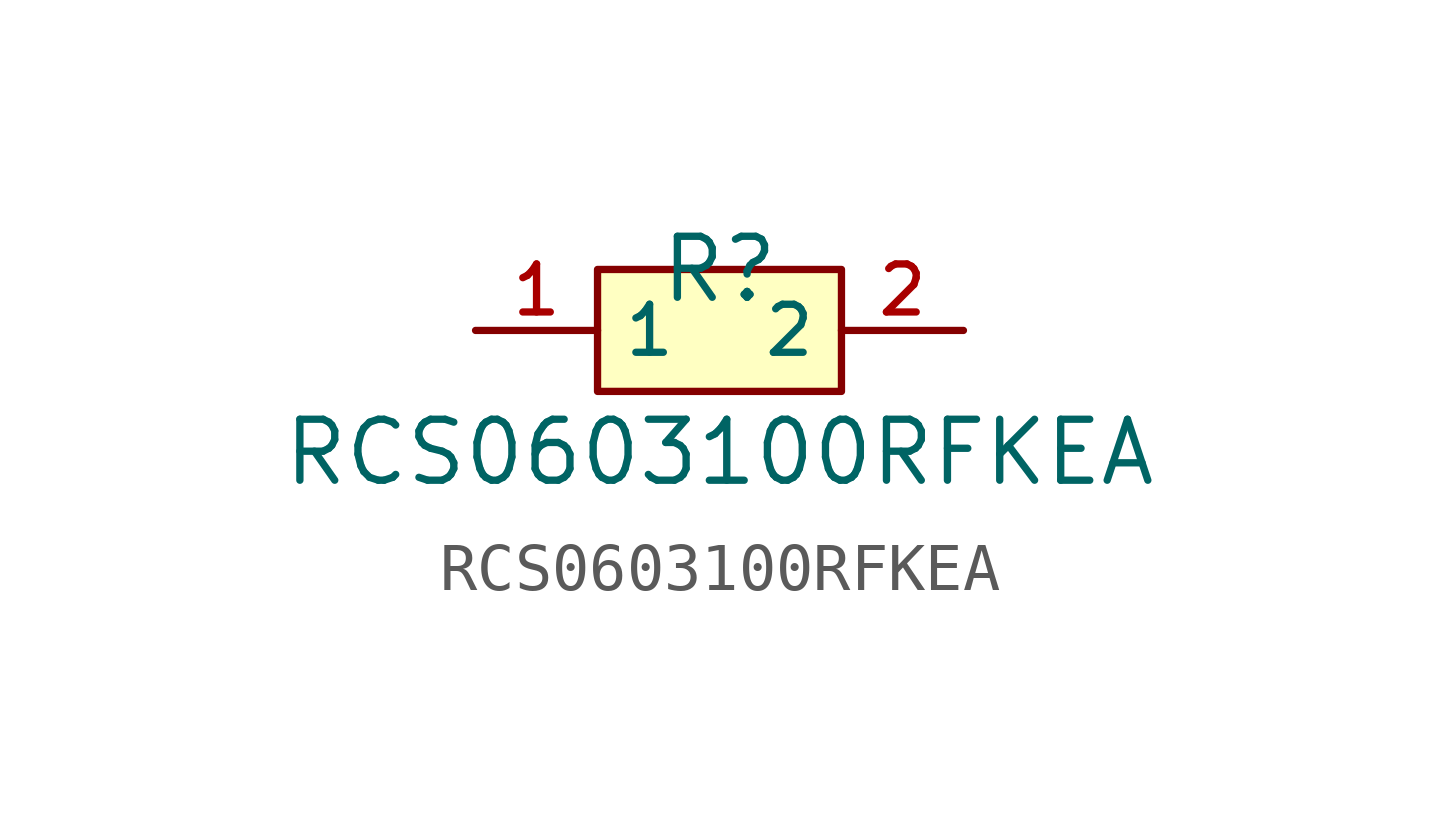
<source format=kicad_sym>
(kicad_symbol_lib
  (version 20210201)
  (generator TousstNicolas/JLC2KiCad_lib)
  (symbol "RCS0603100RFKEA"
    (property "Reference" "R"
      (at 0 1.27 0)
      (effects (font (size 1.27 1.27))))
    (property "Value" "RCS0603100RFKEA"
      (at 0 -2.54 0)
      (effects (font (size 1.27 1.27))))
    (symbol "RCS0603100RFKEA_0_1"
      (rectangle (start -2.54 1.27) (end 2.54 -1.27) (stroke (width 0) (type default) (color 0 0 0 0)) (fill (type background)))
      (pin unspecified line (at 5.08 -0.0 180) (length 2.54) (name "2" (effects (font (size 1 1)))) (number "2" (effects (font (size 1 1)))))
      (pin unspecified line (at -5.08 -0.0 0) (length 2.54) (name "1" (effects (font (size 1 1)))) (number "1" (effects (font (size 1 1))))))))
</source>
